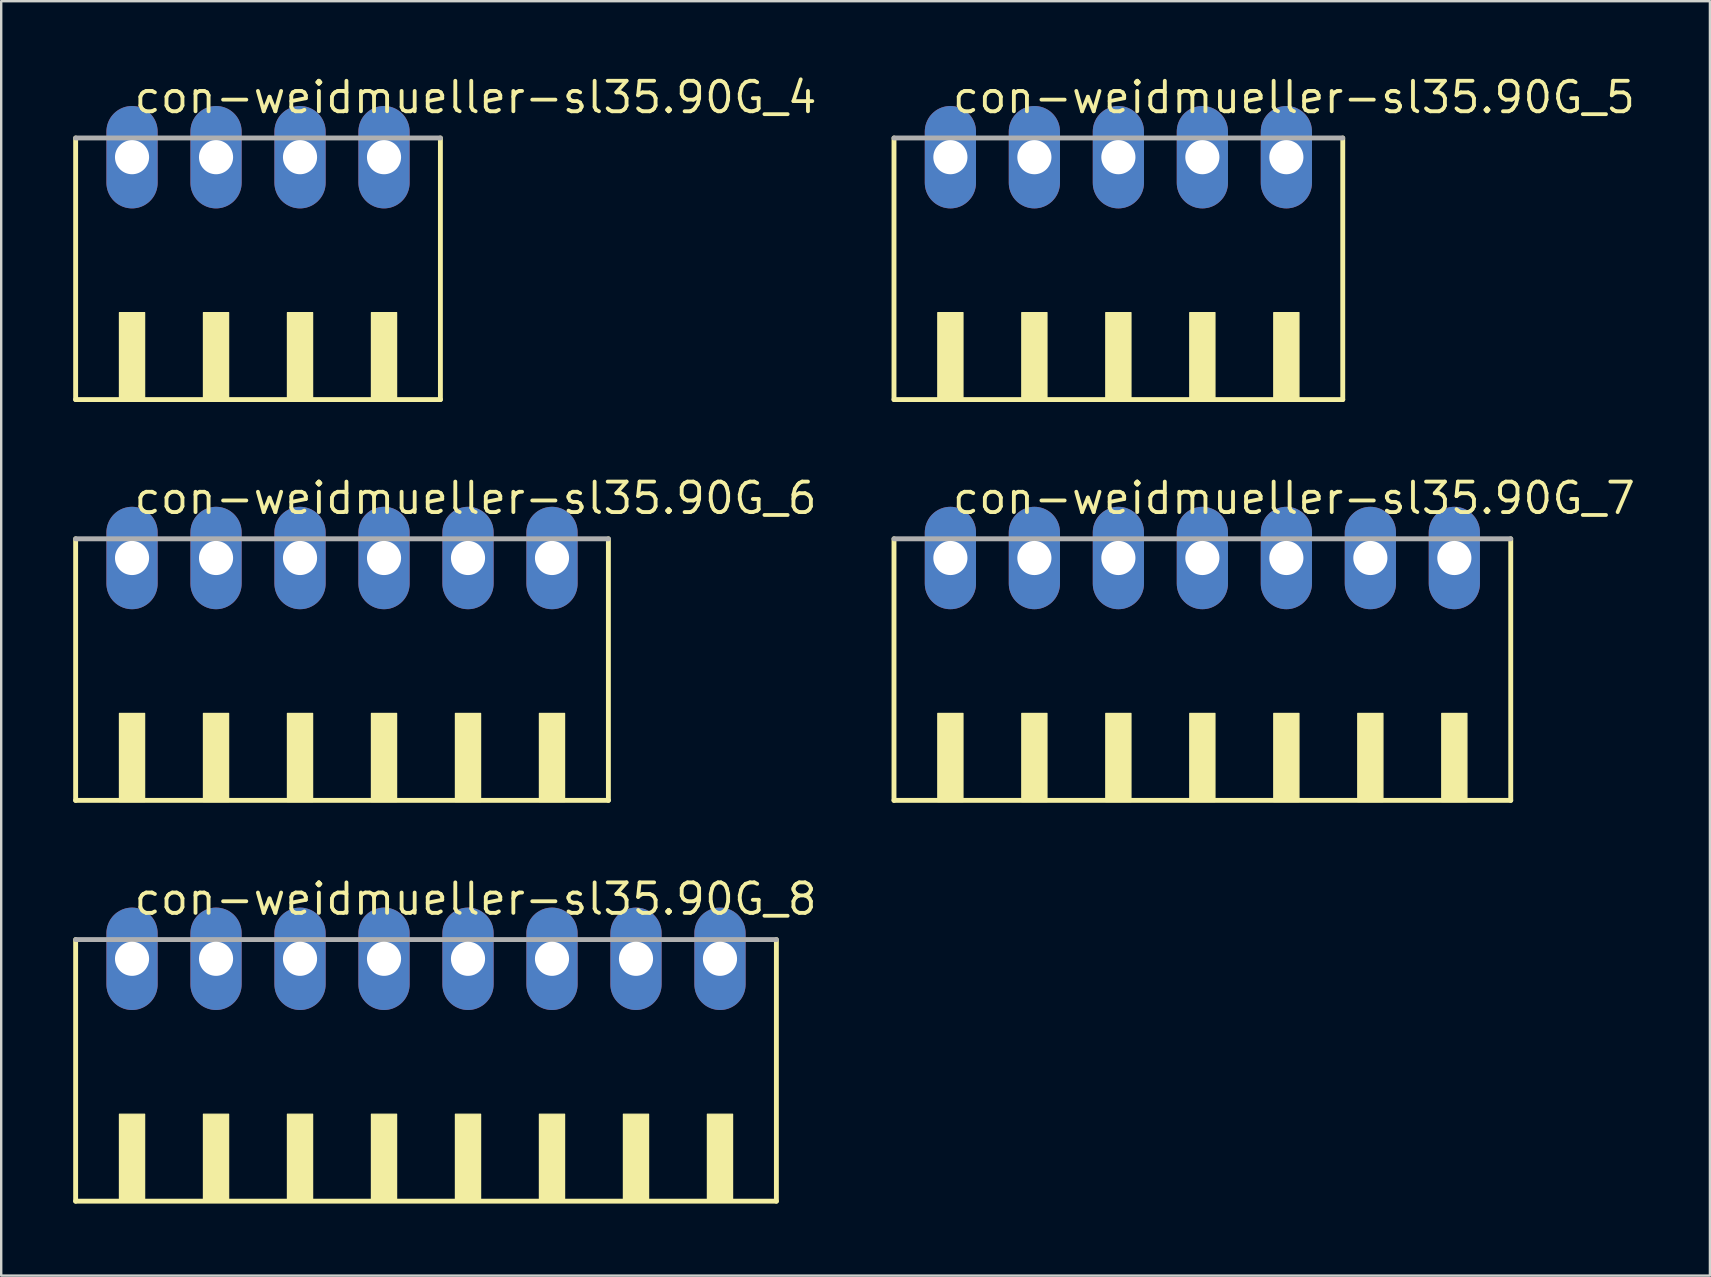
<source format=kicad_pcb>
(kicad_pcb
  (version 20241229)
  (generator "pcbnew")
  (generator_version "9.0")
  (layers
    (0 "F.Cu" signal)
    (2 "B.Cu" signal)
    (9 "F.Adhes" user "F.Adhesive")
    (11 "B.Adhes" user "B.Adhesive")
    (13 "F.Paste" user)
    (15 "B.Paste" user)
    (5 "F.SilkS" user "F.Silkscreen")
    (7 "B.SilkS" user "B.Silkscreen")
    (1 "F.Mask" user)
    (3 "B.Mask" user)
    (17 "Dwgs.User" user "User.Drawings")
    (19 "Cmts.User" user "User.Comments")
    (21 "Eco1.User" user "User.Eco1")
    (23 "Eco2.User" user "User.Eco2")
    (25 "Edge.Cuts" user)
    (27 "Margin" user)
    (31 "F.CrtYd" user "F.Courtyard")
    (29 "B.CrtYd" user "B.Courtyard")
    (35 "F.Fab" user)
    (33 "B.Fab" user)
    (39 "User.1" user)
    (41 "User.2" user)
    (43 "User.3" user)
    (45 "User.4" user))
  (footprint "con-weidmueller-sl35.90G_6"
    (layer "F.Cu")
    (at 11.202 25.452)
    (property "Reference" "con-weidmueller-sl35.90G_6" (at -8.75 -7 0) (layer "F.SilkS") (effects (font (size 1.27 1.27) (thickness 0.16)) (justify left bottom)))
    (attr through_hole)
    (fp_line (start -11.1 -6.05) (end -11.1 4.85) (stroke (width 0.203) (type default)) (layer "F.SilkS"))
    (fp_line (start -11.1 4.85) (end 11.1 4.85) (stroke (width 0.203) (type default)) (layer "F.SilkS"))
    (fp_line (start 11.1 4.85) (end 11.1 -6.05) (stroke (width 0.203) (type default)) (layer "F.SilkS"))
    (fp_rect (start -9.275 4.9) (end -8.225 1.225) (stroke (width 0.05) (type default)) (fill yes) (layer "F.SilkS"))
    (fp_rect (start -5.775 4.9) (end -4.725 1.225) (stroke (width 0.05) (type default)) (fill yes) (layer "F.SilkS"))
    (fp_rect (start -2.275 4.9) (end -1.225 1.225) (stroke (width 0.05) (type default)) (fill yes) (layer "F.SilkS"))
    (fp_rect (start 1.225 4.9) (end 2.275 1.225) (stroke (width 0.05) (type default)) (fill yes) (layer "F.SilkS"))
    (fp_rect (start 4.725 4.9) (end 5.775 1.225) (stroke (width 0.05) (type default)) (fill yes) (layer "F.SilkS"))
    (fp_rect (start 8.225 4.9) (end 9.275 1.225) (stroke (width 0.05) (type default)) (fill yes) (layer "F.SilkS"))
    (fp_line (start 11.1 -6.05) (end -11.1 -6.05) (stroke (width 0.203) (type default)) (layer "F.Fab"))
    (pad "1" thru_hole oval (at -8.75 -5.25 90) (size 4.267 2.134) (drill 1.422) (layers "*.Cu" "*.Mask"))
    (pad "2" thru_hole oval (at -5.25 -5.25 90) (size 4.267 2.134) (drill 1.422) (layers "*.Cu" "*.Mask"))
    (pad "3" thru_hole oval (at -1.75 -5.25 90) (size 4.267 2.134) (drill 1.422) (layers "*.Cu" "*.Mask"))
    (pad "4" thru_hole oval (at 1.75 -5.25 90) (size 4.267 2.134) (drill 1.422) (layers "*.Cu" "*.Mask"))
    (pad "5" thru_hole oval (at 5.25 -5.25 90) (size 4.267 2.134) (drill 1.422) (layers "*.Cu" "*.Mask"))
    (pad "6" thru_hole oval (at 8.75 -5.25 90) (size 4.267 2.134) (drill 1.422) (layers "*.Cu" "*.Mask")))
  (footprint "con-weidmueller-sl35.90G_8"
    (layer "F.Cu")
    (at 14.702 42.153)
    (property "Reference" "con-weidmueller-sl35.90G_8" (at -12.25 -7 0) (layer "F.SilkS") (effects (font (size 1.27 1.27) (thickness 0.16)) (justify left bottom)))
    (attr through_hole)
    (fp_line (start -14.6 -6.05) (end -14.6 4.85) (stroke (width 0.203) (type default)) (layer "F.SilkS"))
    (fp_line (start -14.6 4.85) (end 14.6 4.85) (stroke (width 0.203) (type default)) (layer "F.SilkS"))
    (fp_line (start 14.6 4.85) (end 14.6 -6.05) (stroke (width 0.203) (type default)) (layer "F.SilkS"))
    (fp_rect (start -12.775 4.9) (end -11.725 1.225) (stroke (width 0.05) (type default)) (fill yes) (layer "F.SilkS"))
    (fp_rect (start -9.275 4.9) (end -8.225 1.225) (stroke (width 0.05) (type default)) (fill yes) (layer "F.SilkS"))
    (fp_rect (start -5.775 4.9) (end -4.725 1.225) (stroke (width 0.05) (type default)) (fill yes) (layer "F.SilkS"))
    (fp_rect (start -2.275 4.9) (end -1.225 1.225) (stroke (width 0.05) (type default)) (fill yes) (layer "F.SilkS"))
    (fp_rect (start 1.225 4.9) (end 2.275 1.225) (stroke (width 0.05) (type default)) (fill yes) (layer "F.SilkS"))
    (fp_rect (start 4.725 4.9) (end 5.775 1.225) (stroke (width 0.05) (type default)) (fill yes) (layer "F.SilkS"))
    (fp_rect (start 8.225 4.9) (end 9.275 1.225) (stroke (width 0.05) (type default)) (fill yes) (layer "F.SilkS"))
    (fp_rect (start 11.725 4.9) (end 12.775 1.225) (stroke (width 0.05) (type default)) (fill yes) (layer "F.SilkS"))
    (fp_line (start 14.6 -6.05) (end -14.6 -6.05) (stroke (width 0.203) (type default)) (layer "F.Fab"))
    (pad "1" thru_hole oval (at -12.25 -5.25 90) (size 4.267 2.134) (drill 1.422) (layers "*.Cu" "*.Mask"))
    (pad "2" thru_hole oval (at -8.75 -5.25 90) (size 4.267 2.134) (drill 1.422) (layers "*.Cu" "*.Mask"))
    (pad "3" thru_hole oval (at -5.25 -5.25 90) (size 4.267 2.134) (drill 1.422) (layers "*.Cu" "*.Mask"))
    (pad "4" thru_hole oval (at -1.75 -5.25 90) (size 4.267 2.134) (drill 1.422) (layers "*.Cu" "*.Mask"))
    (pad "5" thru_hole oval (at 1.75 -5.25 90) (size 4.267 2.134) (drill 1.422) (layers "*.Cu" "*.Mask"))
    (pad "6" thru_hole oval (at 5.25 -5.25 90) (size 4.267 2.134) (drill 1.422) (layers "*.Cu" "*.Mask"))
    (pad "7" thru_hole oval (at 8.75 -5.25 90) (size 4.267 2.134) (drill 1.422) (layers "*.Cu" "*.Mask"))
    (pad "8" thru_hole oval (at 12.25 -5.25 90) (size 4.267 2.134) (drill 1.422) (layers "*.Cu" "*.Mask")))
  (footprint "con-weidmueller-sl35.90G_4"
    (layer "F.Cu")
    (at 7.702 8.75)
    (property "Reference" "con-weidmueller-sl35.90G_4" (at -5.25 -7 0) (layer "F.SilkS") (effects (font (size 1.27 1.27) (thickness 0.16)) (justify left bottom)))
    (attr through_hole)
    (fp_line (start -7.6 -6.05) (end -7.6 4.85) (stroke (width 0.203) (type default)) (layer "F.SilkS"))
    (fp_line (start -7.6 4.85) (end 7.6 4.85) (stroke (width 0.203) (type default)) (layer "F.SilkS"))
    (fp_line (start 7.6 4.85) (end 7.6 -6.05) (stroke (width 0.203) (type default)) (layer "F.SilkS"))
    (fp_rect (start -5.775 4.9) (end -4.725 1.225) (stroke (width 0.05) (type default)) (fill yes) (layer "F.SilkS"))
    (fp_rect (start -2.275 4.9) (end -1.225 1.225) (stroke (width 0.05) (type default)) (fill yes) (layer "F.SilkS"))
    (fp_rect (start 1.225 4.9) (end 2.275 1.225) (stroke (width 0.05) (type default)) (fill yes) (layer "F.SilkS"))
    (fp_rect (start 4.725 4.9) (end 5.775 1.225) (stroke (width 0.05) (type default)) (fill yes) (layer "F.SilkS"))
    (fp_line (start 7.6 -6.05) (end -7.6 -6.05) (stroke (width 0.203) (type default)) (layer "F.Fab"))
    (pad "1" thru_hole oval (at -5.25 -5.25 90) (size 4.267 2.134) (drill 1.422) (layers "*.Cu" "*.Mask"))
    (pad "2" thru_hole oval (at -1.75 -5.25 90) (size 4.267 2.134) (drill 1.422) (layers "*.Cu" "*.Mask"))
    (pad "3" thru_hole oval (at 1.75 -5.25 90) (size 4.267 2.134) (drill 1.422) (layers "*.Cu" "*.Mask"))
    (pad "4" thru_hole oval (at 5.25 -5.25 90) (size 4.267 2.134) (drill 1.422) (layers "*.Cu" "*.Mask")))
  (footprint "con-weidmueller-sl35.90G_5"
    (layer "F.Cu")
    (at 43.553 8.75)
    (property "Reference" "con-weidmueller-sl35.90G_5" (at -7 -7 0) (layer "F.SilkS") (effects (font (size 1.27 1.27) (thickness 0.16)) (justify left bottom)))
    (attr through_hole)
    (fp_line (start -9.35 -6.05) (end -9.35 4.85) (stroke (width 0.203) (type default)) (layer "F.SilkS"))
    (fp_line (start -9.35 4.85) (end 9.35 4.85) (stroke (width 0.203) (type default)) (layer "F.SilkS"))
    (fp_line (start 9.35 4.85) (end 9.35 -6.05) (stroke (width 0.203) (type default)) (layer "F.SilkS"))
    (fp_rect (start -7.525 4.9) (end -6.475 1.225) (stroke (width 0.05) (type default)) (fill yes) (layer "F.SilkS"))
    (fp_rect (start -4.025 4.9) (end -2.975 1.225) (stroke (width 0.05) (type default)) (fill yes) (layer "F.SilkS"))
    (fp_rect (start -0.525 4.9) (end 0.525 1.225) (stroke (width 0.05) (type default)) (fill yes) (layer "F.SilkS"))
    (fp_rect (start 2.975 4.9) (end 4.025 1.225) (stroke (width 0.05) (type default)) (fill yes) (layer "F.SilkS"))
    (fp_rect (start 6.475 4.9) (end 7.525 1.225) (stroke (width 0.05) (type default)) (fill yes) (layer "F.SilkS"))
    (fp_line (start 9.35 -6.05) (end -9.35 -6.05) (stroke (width 0.203) (type default)) (layer "F.Fab"))
    (pad "1" thru_hole oval (at -7 -5.25 90) (size 4.267 2.134) (drill 1.422) (layers "*.Cu" "*.Mask"))
    (pad "2" thru_hole oval (at -3.5 -5.25 90) (size 4.267 2.134) (drill 1.422) (layers "*.Cu" "*.Mask"))
    (pad "3" thru_hole oval (at 0 -5.25 90) (size 4.267 2.134) (drill 1.422) (layers "*.Cu" "*.Mask"))
    (pad "4" thru_hole oval (at 3.5 -5.25 90) (size 4.267 2.134) (drill 1.422) (layers "*.Cu" "*.Mask"))
    (pad "5" thru_hole oval (at 7 -5.25 90) (size 4.267 2.134) (drill 1.422) (layers "*.Cu" "*.Mask")))
  (footprint "con-weidmueller-sl35.90G_7"
    (layer "F.Cu")
    (at 47.053 25.452)
    (property "Reference" "con-weidmueller-sl35.90G_7" (at -10.5 -7 0) (layer "F.SilkS") (effects (font (size 1.27 1.27) (thickness 0.16)) (justify left bottom)))
    (attr through_hole)
    (fp_line (start -12.85 -6.05) (end -12.85 4.85) (stroke (width 0.203) (type default)) (layer "F.SilkS"))
    (fp_line (start -12.85 4.85) (end 12.85 4.85) (stroke (width 0.203) (type default)) (layer "F.SilkS"))
    (fp_line (start 12.85 4.85) (end 12.85 -6.05) (stroke (width 0.203) (type default)) (layer "F.SilkS"))
    (fp_rect (start -11.025 4.9) (end -9.975 1.225) (stroke (width 0.05) (type default)) (fill yes) (layer "F.SilkS"))
    (fp_rect (start -7.525 4.9) (end -6.475 1.225) (stroke (width 0.05) (type default)) (fill yes) (layer "F.SilkS"))
    (fp_rect (start -4.025 4.9) (end -2.975 1.225) (stroke (width 0.05) (type default)) (fill yes) (layer "F.SilkS"))
    (fp_rect (start -0.525 4.9) (end 0.525 1.225) (stroke (width 0.05) (type default)) (fill yes) (layer "F.SilkS"))
    (fp_rect (start 2.975 4.9) (end 4.025 1.225) (stroke (width 0.05) (type default)) (fill yes) (layer "F.SilkS"))
    (fp_rect (start 6.475 4.9) (end 7.525 1.225) (stroke (width 0.05) (type default)) (fill yes) (layer "F.SilkS"))
    (fp_rect (start 9.975 4.9) (end 11.025 1.225) (stroke (width 0.05) (type default)) (fill yes) (layer "F.SilkS"))
    (fp_line (start 12.85 -6.05) (end -12.85 -6.05) (stroke (width 0.203) (type default)) (layer "F.Fab"))
    (pad "1" thru_hole oval (at -10.5 -5.25 90) (size 4.267 2.134) (drill 1.422) (layers "*.Cu" "*.Mask"))
    (pad "2" thru_hole oval (at -7 -5.25 90) (size 4.267 2.134) (drill 1.422) (layers "*.Cu" "*.Mask"))
    (pad "3" thru_hole oval (at -3.5 -5.25 90) (size 4.267 2.134) (drill 1.422) (layers "*.Cu" "*.Mask"))
    (pad "4" thru_hole oval (at 0 -5.25 90) (size 4.267 2.134) (drill 1.422) (layers "*.Cu" "*.Mask"))
    (pad "5" thru_hole oval (at 3.5 -5.25 90) (size 4.267 2.134) (drill 1.422) (layers "*.Cu" "*.Mask"))
    (pad "6" thru_hole oval (at 7 -5.25 90) (size 4.267 2.134) (drill 1.422) (layers "*.Cu" "*.Mask"))
    (pad "7" thru_hole oval (at 10.5 -5.25 90) (size 4.267 2.134) (drill 1.422) (layers "*.Cu" "*.Mask")))
  (gr_rect
    (start -3 -3)
    (end 68.203 50.105)
    (stroke (width 0.1) (type default))
    (fill no)
    (layer "Edge.Cuts")))
</source>
